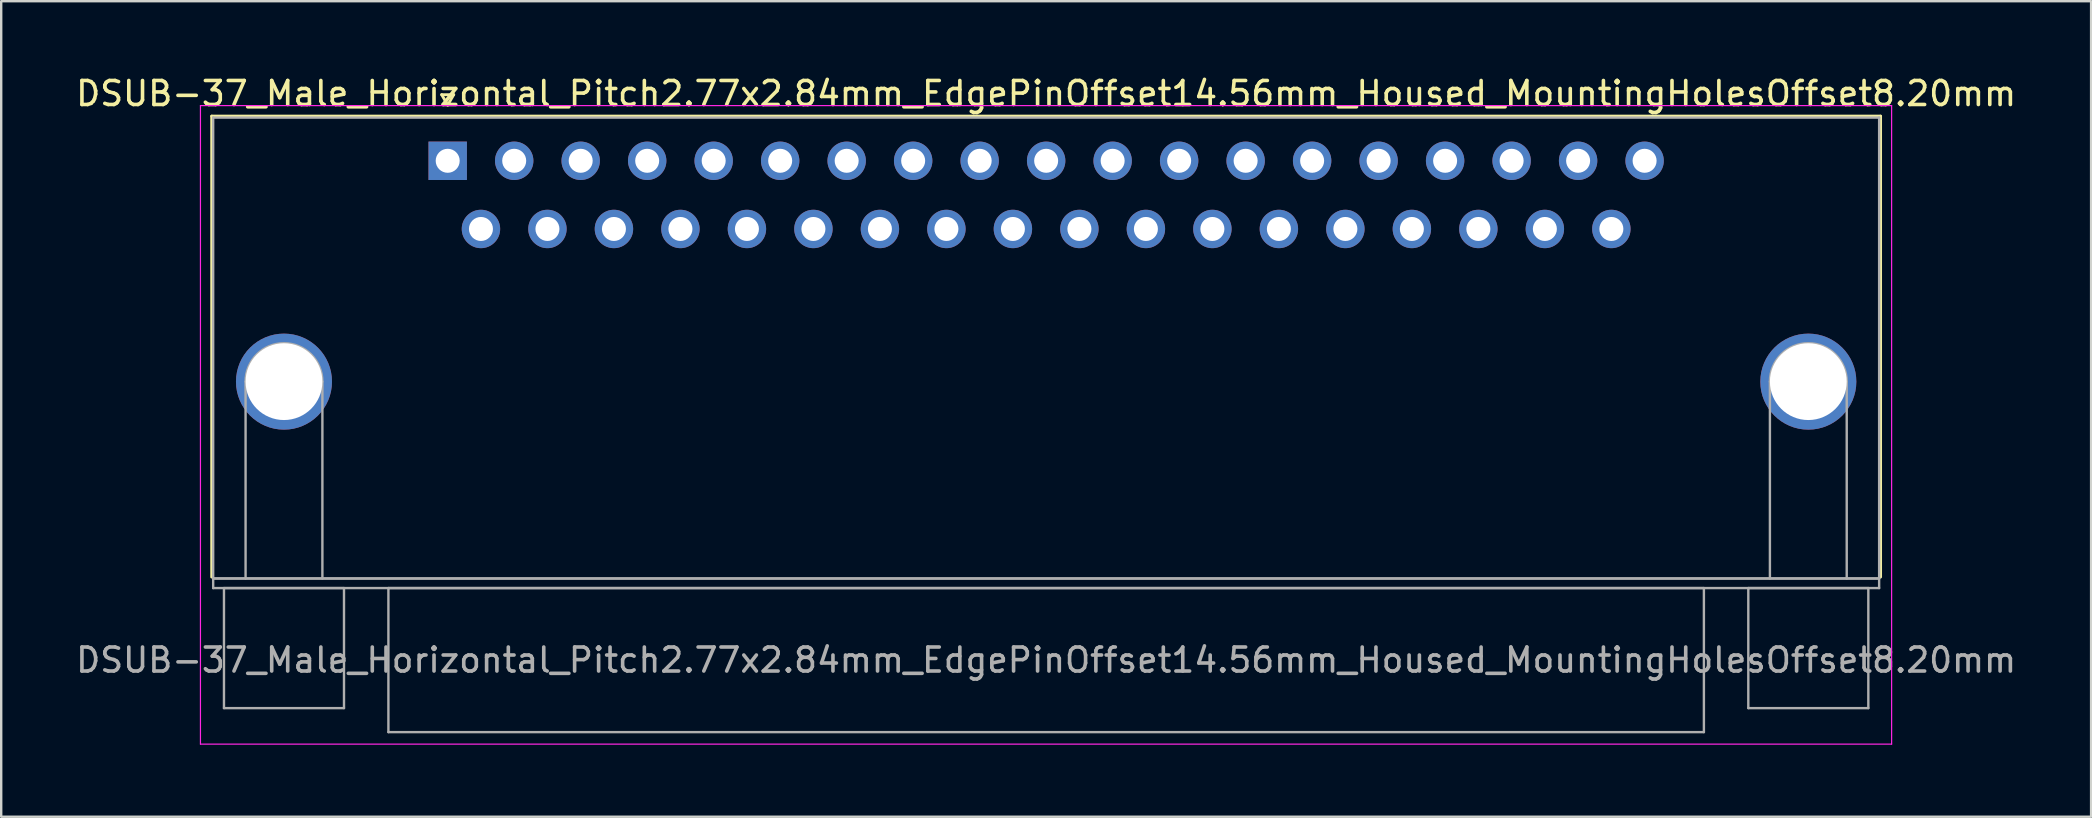
<source format=kicad_pcb>
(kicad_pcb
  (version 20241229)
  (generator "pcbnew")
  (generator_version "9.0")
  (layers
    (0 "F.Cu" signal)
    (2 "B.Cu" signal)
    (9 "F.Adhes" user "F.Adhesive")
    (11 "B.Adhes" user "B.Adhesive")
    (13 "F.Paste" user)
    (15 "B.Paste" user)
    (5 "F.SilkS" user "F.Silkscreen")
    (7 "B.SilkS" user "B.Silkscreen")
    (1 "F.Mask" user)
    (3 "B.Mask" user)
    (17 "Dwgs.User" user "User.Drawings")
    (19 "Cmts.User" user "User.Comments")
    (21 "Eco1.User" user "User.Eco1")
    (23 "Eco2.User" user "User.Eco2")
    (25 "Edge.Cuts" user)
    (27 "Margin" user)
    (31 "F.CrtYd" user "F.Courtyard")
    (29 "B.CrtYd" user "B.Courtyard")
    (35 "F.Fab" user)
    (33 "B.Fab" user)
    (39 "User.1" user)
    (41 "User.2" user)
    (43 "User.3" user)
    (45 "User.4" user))
  (footprint "DSUB-37_Male_Horizontal_Pitch2.77x2.84mm_EdgePinOffset14.56mm_Housed_MountingHolesOffset8.20mm"
    (layer "F.Cu")
    (at 15.6 3.648)
    (property "Reference" "DSUB-37_Male_Horizontal_Pitch2.77x2.84mm_EdgePinOffset14.56mm_Housed_MountingHolesOffset8.20mm" (at 24.93 -2.8 0) (layer "F.SilkS") (effects (font (size 1 1) (thickness 0.15))))
    (attr through_hole)
    (fp_line (start -9.83 -1.86) (end 59.69 -1.86) (stroke (width 0.12) (type solid)) (layer "F.SilkS"))
    (fp_line (start -9.83 17.34) (end -9.83 -1.86) (stroke (width 0.12) (type solid)) (layer "F.SilkS"))
    (fp_line (start -0.25 -2.754) (end 0.25 -2.754) (stroke (width 0.12) (type solid)) (layer "F.SilkS"))
    (fp_line (start 0 -2.321) (end -0.25 -2.754) (stroke (width 0.12) (type solid)) (layer "F.SilkS"))
    (fp_line (start 0.25 -2.754) (end 0 -2.321) (stroke (width 0.12) (type solid)) (layer "F.SilkS"))
    (fp_line (start 59.69 -1.86) (end 59.69 17.34) (stroke (width 0.12) (type solid)) (layer "F.SilkS"))
    (fp_line (start -10.3 -2.3) (end -10.3 24.3) (stroke (width 0.05) (type solid)) (layer "F.CrtYd"))
    (fp_line (start -10.3 24.3) (end 60.15 24.3) (stroke (width 0.05) (type solid)) (layer "F.CrtYd"))
    (fp_line (start 60.15 -2.3) (end -10.3 -2.3) (stroke (width 0.05) (type solid)) (layer "F.CrtYd"))
    (fp_line (start 60.15 24.3) (end 60.15 -2.3) (stroke (width 0.05) (type solid)) (layer "F.CrtYd"))
    (fp_line (start -9.77 -1.8) (end -9.77 17.4) (stroke (width 0.1) (type solid)) (layer "F.Fab"))
    (fp_line (start -9.77 17.4) (end -9.77 17.8) (stroke (width 0.1) (type solid)) (layer "F.Fab"))
    (fp_line (start -9.77 17.4) (end 59.63 17.4) (stroke (width 0.1) (type solid)) (layer "F.Fab"))
    (fp_line (start -9.77 17.8) (end 59.63 17.8) (stroke (width 0.1) (type solid)) (layer "F.Fab"))
    (fp_line (start -9.32 17.8) (end -9.32 22.8) (stroke (width 0.1) (type solid)) (layer "F.Fab"))
    (fp_line (start -9.32 22.8) (end -4.32 22.8) (stroke (width 0.1) (type solid)) (layer "F.Fab"))
    (fp_line (start -8.42 17.4) (end -8.42 9.2) (stroke (width 0.1) (type solid)) (layer "F.Fab"))
    (fp_line (start -5.22 17.4) (end -5.22 9.2) (stroke (width 0.1) (type solid)) (layer "F.Fab"))
    (fp_line (start -4.32 17.8) (end -9.32 17.8) (stroke (width 0.1) (type solid)) (layer "F.Fab"))
    (fp_line (start -4.32 22.8) (end -4.32 17.8) (stroke (width 0.1) (type solid)) (layer "F.Fab"))
    (fp_line (start -2.47 17.8) (end -2.47 23.8) (stroke (width 0.1) (type solid)) (layer "F.Fab"))
    (fp_line (start -2.47 23.8) (end 52.33 23.8) (stroke (width 0.1) (type solid)) (layer "F.Fab"))
    (fp_line (start 52.33 17.8) (end -2.47 17.8) (stroke (width 0.1) (type solid)) (layer "F.Fab"))
    (fp_line (start 52.33 23.8) (end 52.33 17.8) (stroke (width 0.1) (type solid)) (layer "F.Fab"))
    (fp_line (start 54.18 17.8) (end 54.18 22.8) (stroke (width 0.1) (type solid)) (layer "F.Fab"))
    (fp_line (start 54.18 22.8) (end 59.18 22.8) (stroke (width 0.1) (type solid)) (layer "F.Fab"))
    (fp_line (start 55.08 17.4) (end 55.08 9.2) (stroke (width 0.1) (type solid)) (layer "F.Fab"))
    (fp_line (start 58.28 17.4) (end 58.28 9.2) (stroke (width 0.1) (type solid)) (layer "F.Fab"))
    (fp_line (start 59.18 17.8) (end 54.18 17.8) (stroke (width 0.1) (type solid)) (layer "F.Fab"))
    (fp_line (start 59.18 22.8) (end 59.18 17.8) (stroke (width 0.1) (type solid)) (layer "F.Fab"))
    (fp_line (start 59.63 -1.8) (end -9.77 -1.8) (stroke (width 0.1) (type solid)) (layer "F.Fab"))
    (fp_line (start 59.63 17.4) (end -9.77 17.4) (stroke (width 0.1) (type solid)) (layer "F.Fab"))
    (fp_line (start 59.63 17.4) (end 59.63 -1.8) (stroke (width 0.1) (type solid)) (layer "F.Fab"))
    (fp_line (start 59.63 17.8) (end 59.63 17.4) (stroke (width 0.1) (type solid)) (layer "F.Fab"))
    (fp_arc (start -8.42 9.2) (mid -6.82 7.6) (end -5.22 9.2) (stroke (width 0.1) (type solid)) (layer "F.Fab"))
    (fp_arc (start 55.08 9.2) (mid 56.68 7.6) (end 58.28 9.2) (stroke (width 0.1) (type solid)) (layer "F.Fab"))
    (fp_text user "${REFERENCE}" (at 24.93 20.8 0) (layer "F.Fab") (effects (font (size 1 1) (thickness 0.15))))
    (pad "0" thru_hole circle (at -6.82 9.2) (size 4 4) (drill 3.2) (layers "*.Cu" "*.Mask"))
    (pad "0" thru_hole circle (at 56.68 9.2) (size 4 4) (drill 3.2) (layers "*.Cu" "*.Mask"))
    (pad "1" thru_hole rect (at 0 0) (size 1.6 1.6) (drill 1) (layers "*.Cu" "*.Mask"))
    (pad "2" thru_hole circle (at 2.77 0) (size 1.6 1.6) (drill 1) (layers "*.Cu" "*.Mask"))
    (pad "3" thru_hole circle (at 5.54 0) (size 1.6 1.6) (drill 1) (layers "*.Cu" "*.Mask"))
    (pad "4" thru_hole circle (at 8.31 0) (size 1.6 1.6) (drill 1) (layers "*.Cu" "*.Mask"))
    (pad "5" thru_hole circle (at 11.08 0) (size 1.6 1.6) (drill 1) (layers "*.Cu" "*.Mask"))
    (pad "6" thru_hole circle (at 13.85 0) (size 1.6 1.6) (drill 1) (layers "*.Cu" "*.Mask"))
    (pad "7" thru_hole circle (at 16.62 0) (size 1.6 1.6) (drill 1) (layers "*.Cu" "*.Mask"))
    (pad "8" thru_hole circle (at 19.39 0) (size 1.6 1.6) (drill 1) (layers "*.Cu" "*.Mask"))
    (pad "9" thru_hole circle (at 22.16 0) (size 1.6 1.6) (drill 1) (layers "*.Cu" "*.Mask"))
    (pad "10" thru_hole circle (at 24.93 0) (size 1.6 1.6) (drill 1) (layers "*.Cu" "*.Mask"))
    (pad "11" thru_hole circle (at 27.7 0) (size 1.6 1.6) (drill 1) (layers "*.Cu" "*.Mask"))
    (pad "12" thru_hole circle (at 30.47 0) (size 1.6 1.6) (drill 1) (layers "*.Cu" "*.Mask"))
    (pad "13" thru_hole circle (at 33.24 0) (size 1.6 1.6) (drill 1) (layers "*.Cu" "*.Mask"))
    (pad "14" thru_hole circle (at 36.01 0) (size 1.6 1.6) (drill 1) (layers "*.Cu" "*.Mask"))
    (pad "15" thru_hole circle (at 38.78 0) (size 1.6 1.6) (drill 1) (layers "*.Cu" "*.Mask"))
    (pad "16" thru_hole circle (at 41.55 0) (size 1.6 1.6) (drill 1) (layers "*.Cu" "*.Mask"))
    (pad "17" thru_hole circle (at 44.32 0) (size 1.6 1.6) (drill 1) (layers "*.Cu" "*.Mask"))
    (pad "18" thru_hole circle (at 47.09 0) (size 1.6 1.6) (drill 1) (layers "*.Cu" "*.Mask"))
    (pad "19" thru_hole circle (at 49.86 0) (size 1.6 1.6) (drill 1) (layers "*.Cu" "*.Mask"))
    (pad "20" thru_hole circle (at 1.385 2.84) (size 1.6 1.6) (drill 1) (layers "*.Cu" "*.Mask"))
    (pad "21" thru_hole circle (at 4.155 2.84) (size 1.6 1.6) (drill 1) (layers "*.Cu" "*.Mask"))
    (pad "22" thru_hole circle (at 6.925 2.84) (size 1.6 1.6) (drill 1) (layers "*.Cu" "*.Mask"))
    (pad "23" thru_hole circle (at 9.695 2.84) (size 1.6 1.6) (drill 1) (layers "*.Cu" "*.Mask"))
    (pad "24" thru_hole circle (at 12.465 2.84) (size 1.6 1.6) (drill 1) (layers "*.Cu" "*.Mask"))
    (pad "25" thru_hole circle (at 15.235 2.84) (size 1.6 1.6) (drill 1) (layers "*.Cu" "*.Mask"))
    (pad "26" thru_hole circle (at 18.005 2.84) (size 1.6 1.6) (drill 1) (layers "*.Cu" "*.Mask"))
    (pad "27" thru_hole circle (at 20.775 2.84) (size 1.6 1.6) (drill 1) (layers "*.Cu" "*.Mask"))
    (pad "28" thru_hole circle (at 23.545 2.84) (size 1.6 1.6) (drill 1) (layers "*.Cu" "*.Mask"))
    (pad "29" thru_hole circle (at 26.315 2.84) (size 1.6 1.6) (drill 1) (layers "*.Cu" "*.Mask"))
    (pad "30" thru_hole circle (at 29.085 2.84) (size 1.6 1.6) (drill 1) (layers "*.Cu" "*.Mask"))
    (pad "31" thru_hole circle (at 31.855 2.84) (size 1.6 1.6) (drill 1) (layers "*.Cu" "*.Mask"))
    (pad "32" thru_hole circle (at 34.625 2.84) (size 1.6 1.6) (drill 1) (layers "*.Cu" "*.Mask"))
    (pad "33" thru_hole circle (at 37.395 2.84) (size 1.6 1.6) (drill 1) (layers "*.Cu" "*.Mask"))
    (pad "34" thru_hole circle (at 40.165 2.84) (size 1.6 1.6) (drill 1) (layers "*.Cu" "*.Mask"))
    (pad "35" thru_hole circle (at 42.935 2.84) (size 1.6 1.6) (drill 1) (layers "*.Cu" "*.Mask"))
    (pad "36" thru_hole circle (at 45.705 2.84) (size 1.6 1.6) (drill 1) (layers "*.Cu" "*.Mask"))
    (pad "37" thru_hole circle (at 48.475 2.84) (size 1.6 1.6) (drill 1) (layers "*.Cu" "*.Mask")))
  (gr_rect
    (start -3 -3)
    (end 84.06 30.973)
    (stroke (width 0.1) (type default))
    (fill no)
    (layer "Edge.Cuts")))
</source>
